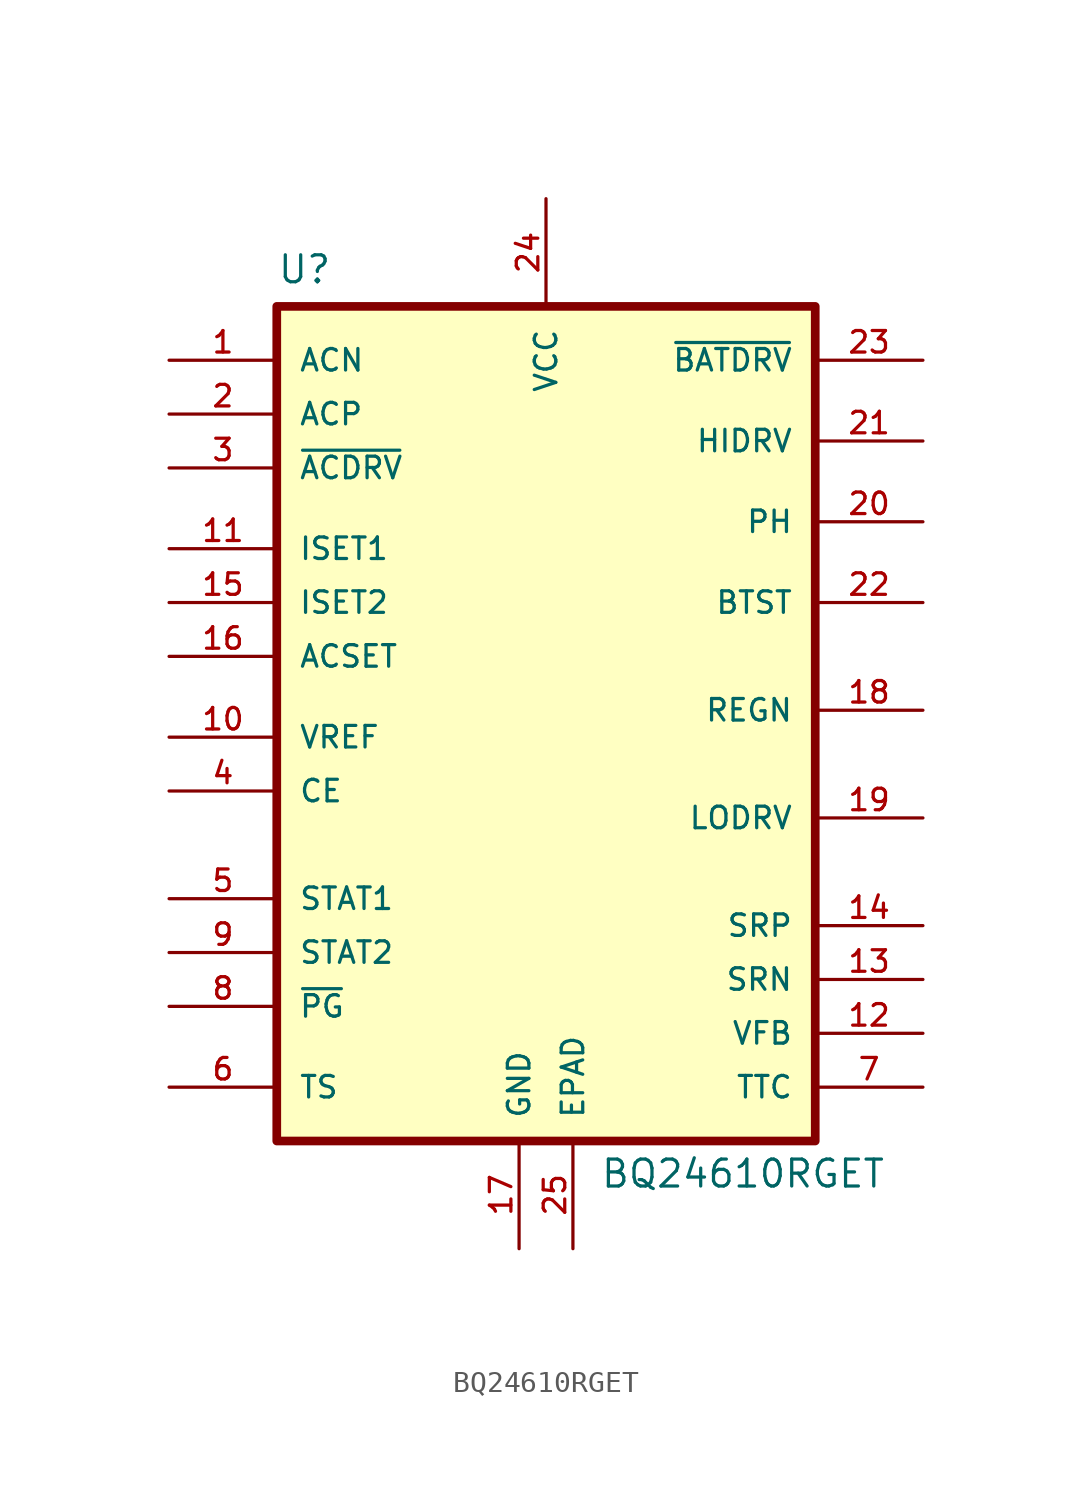
<source format=kicad_sym>
(kicad_symbol_lib
  (version 20231120)
  (generator "kicad_symbol_editor")
  (generator_version "8.0")
  (symbol "BQ24610RGET"
    (pin_names
      (offset 1.016))
    (property "Reference" "U"
      (at -12.7 34.02 0)
      (effects (font (size 1.27 1.27)) (justify left bottom)))
    (property "Value" "BQ24610RGET"
      (at 2.54 -8.636 0)
      (effects (font (size 1.27 1.27)) (justify left bottom)))
    (symbol "BQ24610RGET_0_0"
      (rectangle (start -12.7 33.02) (end 12.7 -6.35) (stroke (width 0.41) (type default)) (fill (type background)))
      (pin input line (at -17.78 30.48 0) (length 5.08) (name "ACN" (effects (font (size 1.016 1.016)))) (number "1" (effects (font (size 1.016 1.016)))))
      (pin input line (at -17.78 12.7 0) (length 5.08) (name "VREF" (effects (font (size 1.016 1.016)))) (number "10" (effects (font (size 1.016 1.016)))))
      (pin input line (at -17.78 21.59 0) (length 5.08) (name "ISET1" (effects (font (size 1.016 1.016)))) (number "11" (effects (font (size 1.016 1.016)))))
      (pin output line (at 17.78 -1.27 180) (length 5.08) (name "VFB" (effects (font (size 1.016 1.016)))) (number "12" (effects (font (size 1.016 1.016)))))
      (pin input line (at 17.78 1.27 180) (length 5.08) (name "SRN" (effects (font (size 1.016 1.016)))) (number "13" (effects (font (size 1.016 1.016)))))
      (pin input line (at 17.78 3.81 180) (length 5.08) (name "SRP" (effects (font (size 1.016 1.016)))) (number "14" (effects (font (size 1.016 1.016)))))
      (pin input line (at -17.78 19.05 0) (length 5.08) (name "ISET2" (effects (font (size 1.016 1.016)))) (number "15" (effects (font (size 1.016 1.016)))))
      (pin input line (at -17.78 16.51 0) (length 5.08) (name "ACSET" (effects (font (size 1.016 1.016)))) (number "16" (effects (font (size 1.016 1.016)))))
      (pin power_in line (at -1.27 -11.43 90) (length 5.08) (name "GND" (effects (font (size 1.016 1.016)))) (number "17" (effects (font (size 1.016 1.016)))))
      (pin input line (at 17.78 13.97 180) (length 5.08) (name "REGN" (effects (font (size 1.016 1.016)))) (number "18" (effects (font (size 1.016 1.016)))))
      (pin bidirectional line (at 17.78 8.89 180) (length 5.08) (name "LODRV" (effects (font (size 1.016 1.016)))) (number "19" (effects (font (size 1.016 1.016)))))
      (pin input line (at -17.78 27.94 0) (length 5.08) (name "ACP" (effects (font (size 1.016 1.016)))) (number "2" (effects (font (size 1.016 1.016)))))
      (pin bidirectional line (at 17.78 22.86 180) (length 5.08) (name "PH" (effects (font (size 1.016 1.016)))) (number "20" (effects (font (size 1.016 1.016)))))
      (pin output line (at 17.78 26.67 180) (length 5.08) (name "HIDRV" (effects (font (size 1.016 1.016)))) (number "21" (effects (font (size 1.016 1.016)))))
      (pin output line (at 17.78 19.05 180) (length 5.08) (name "BTST" (effects (font (size 1.016 1.016)))) (number "22" (effects (font (size 1.016 1.016)))))
      (pin output line (at 17.78 30.48 180) (length 5.08) (name "~{BATDRV}" (effects (font (size 1.016 1.016)))) (number "23" (effects (font (size 1.016 1.016)))))
      (pin power_in line (at 0 38.1 270) (length 5.08) (name "VCC" (effects (font (size 1.016 1.016)))) (number "24" (effects (font (size 1.016 1.016)))))
      (pin power_in line (at 1.27 -11.43 90) (length 5.08) (name "EPAD" (effects (font (size 1.016 1.016)))) (number "25" (effects (font (size 1.016 1.016)))))
      (pin bidirectional line (at -17.78 25.4 0) (length 5.08) (name "~{ACDRV}" (effects (font (size 1.016 1.016)))) (number "3" (effects (font (size 1.016 1.016)))))
      (pin input line (at -17.78 10.16 0) (length 5.08) (name "CE" (effects (font (size 1.016 1.016)))) (number "4" (effects (font (size 1.016 1.016)))))
      (pin bidirectional line (at -17.78 5.08 0) (length 5.08) (name "STAT1" (effects (font (size 1.016 1.016)))) (number "5" (effects (font (size 1.016 1.016)))))
      (pin input line (at -17.78 -3.81 0) (length 5.08) (name "TS" (effects (font (size 1.016 1.016)))) (number "6" (effects (font (size 1.016 1.016)))))
      (pin input line (at 17.78 -3.81 180) (length 5.08) (name "TTC" (effects (font (size 1.016 1.016)))) (number "7" (effects (font (size 1.016 1.016)))))
      (pin output line (at -17.78 0 0) (length 5.08) (name "~{PG}" (effects (font (size 1.016 1.016)))) (number "8" (effects (font (size 1.016 1.016)))))
      (pin output line (at -17.78 2.54 0) (length 5.08) (name "STAT2" (effects (font (size 1.016 1.016)))) (number "9" (effects (font (size 1.016 1.016))))))))
</source>
